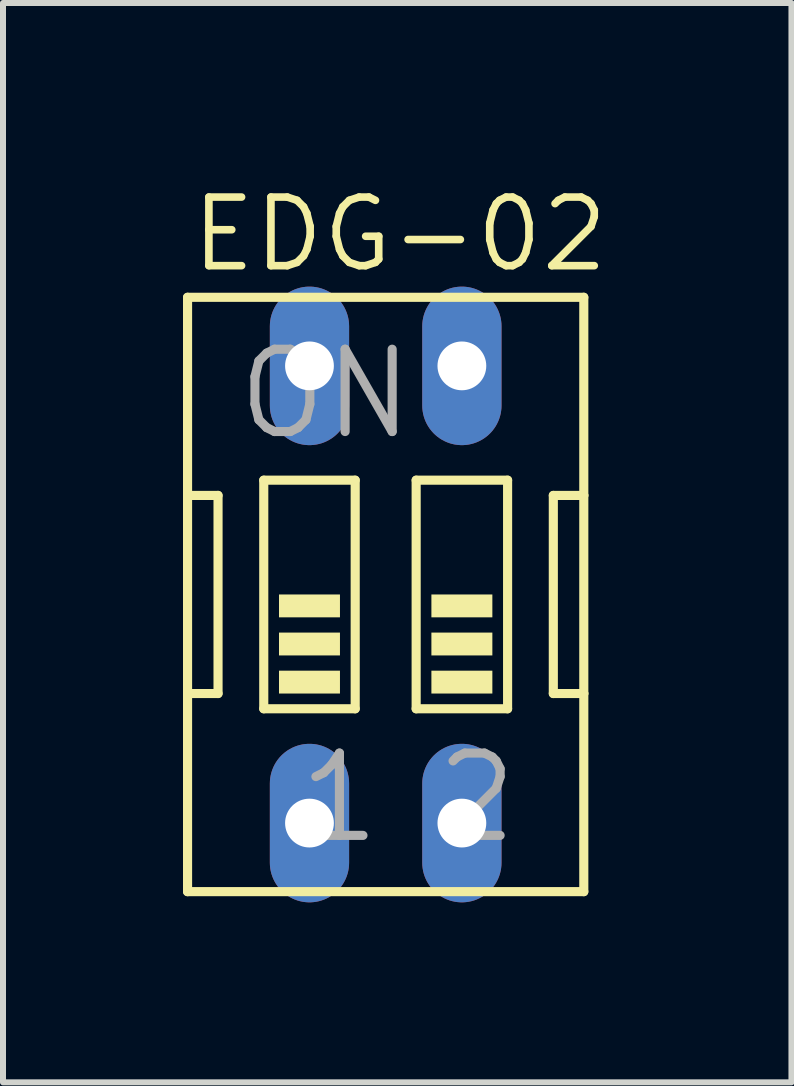
<source format=kicad_pcb>
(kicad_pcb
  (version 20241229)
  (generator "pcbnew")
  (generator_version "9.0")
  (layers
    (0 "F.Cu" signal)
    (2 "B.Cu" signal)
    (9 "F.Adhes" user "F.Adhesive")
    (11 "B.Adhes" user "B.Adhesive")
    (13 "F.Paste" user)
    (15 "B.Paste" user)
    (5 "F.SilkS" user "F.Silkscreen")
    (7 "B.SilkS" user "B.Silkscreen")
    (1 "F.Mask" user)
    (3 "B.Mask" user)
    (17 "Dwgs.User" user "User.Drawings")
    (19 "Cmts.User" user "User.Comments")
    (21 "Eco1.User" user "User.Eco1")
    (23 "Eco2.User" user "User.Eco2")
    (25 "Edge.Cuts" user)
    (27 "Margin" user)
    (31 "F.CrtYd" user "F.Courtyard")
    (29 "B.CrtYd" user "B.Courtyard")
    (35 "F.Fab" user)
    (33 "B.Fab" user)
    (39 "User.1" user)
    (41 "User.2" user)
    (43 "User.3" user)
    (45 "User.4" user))
  (footprint "EDG-02"
    (layer "F.Cu")
    (at 3.378 6.858)
    (property "Reference" "EDG-02" (at -3.302 -5.334 0) (layer "F.SilkS") (effects (font (size 1.143 1.143) (thickness 0.127)) (justify left bottom)))
    (fp_line (start -3.302 -4.953) (end -3.302 -1.651) (stroke (width 0.152) (type solid)) (layer "F.SilkS"))
    (fp_line (start -3.302 -1.651) (end -3.302 1.651) (stroke (width 0.152) (type solid)) (layer "F.SilkS"))
    (fp_line (start -3.302 1.651) (end -3.302 4.953) (stroke (width 0.152) (type solid)) (layer "F.SilkS"))
    (fp_line (start -3.302 1.651) (end -2.794 1.651) (stroke (width 0.152) (type solid)) (layer "F.SilkS"))
    (fp_line (start -3.302 4.953) (end 3.302 4.953) (stroke (width 0.152) (type solid)) (layer "F.SilkS"))
    (fp_line (start -2.794 -1.651) (end -3.302 -1.651) (stroke (width 0.152) (type solid)) (layer "F.SilkS"))
    (fp_line (start -2.794 1.651) (end -2.794 -1.651) (stroke (width 0.152) (type solid)) (layer "F.SilkS"))
    (fp_line (start -2.032 -1.905) (end -2.032 1.905) (stroke (width 0.152) (type solid)) (layer "F.SilkS"))
    (fp_line (start -2.032 -1.905) (end -0.508 -1.905) (stroke (width 0.152) (type solid)) (layer "F.SilkS"))
    (fp_line (start -0.508 1.905) (end -2.032 1.905) (stroke (width 0.152) (type solid)) (layer "F.SilkS"))
    (fp_line (start -0.508 1.905) (end -0.508 -1.905) (stroke (width 0.152) (type solid)) (layer "F.SilkS"))
    (fp_line (start 0.508 -1.905) (end 0.508 1.905) (stroke (width 0.152) (type solid)) (layer "F.SilkS"))
    (fp_line (start 0.508 -1.905) (end 2.032 -1.905) (stroke (width 0.152) (type solid)) (layer "F.SilkS"))
    (fp_line (start 2.032 1.905) (end 0.508 1.905) (stroke (width 0.152) (type solid)) (layer "F.SilkS"))
    (fp_line (start 2.032 1.905) (end 2.032 -1.905) (stroke (width 0.152) (type solid)) (layer "F.SilkS"))
    (fp_line (start 2.794 -1.651) (end 2.794 1.651) (stroke (width 0.152) (type solid)) (layer "F.SilkS"))
    (fp_line (start 2.794 1.651) (end 3.302 1.651) (stroke (width 0.152) (type solid)) (layer "F.SilkS"))
    (fp_line (start 3.302 -4.953) (end -3.302 -4.953) (stroke (width 0.152) (type solid)) (layer "F.SilkS"))
    (fp_line (start 3.302 -1.651) (end 2.794 -1.651) (stroke (width 0.152) (type solid)) (layer "F.SilkS"))
    (fp_line (start 3.302 -1.651) (end 3.302 -4.953) (stroke (width 0.152) (type solid)) (layer "F.SilkS"))
    (fp_line (start 3.302 1.651) (end 3.302 -1.651) (stroke (width 0.152) (type solid)) (layer "F.SilkS"))
    (fp_line (start 3.302 4.953) (end 3.302 1.651) (stroke (width 0.152) (type solid)) (layer "F.SilkS"))
    (fp_poly (pts (xy -1.778 0.381) (xy -0.762 0.381) (xy -0.762 0) (xy -1.778 0)) (stroke (width 0) (type default)) (fill yes) (layer "F.SilkS"))
    (fp_poly (pts (xy -1.778 1.016) (xy -0.762 1.016) (xy -0.762 0.635) (xy -1.778 0.635)) (stroke (width 0) (type default)) (fill yes) (layer "F.SilkS"))
    (fp_poly (pts (xy -1.778 1.651) (xy -0.762 1.651) (xy -0.762 1.27) (xy -1.778 1.27)) (stroke (width 0) (type default)) (fill yes) (layer "F.SilkS"))
    (fp_poly (pts (xy 0.762 0.381) (xy 1.778 0.381) (xy 1.778 0) (xy 0.762 0)) (stroke (width 0) (type default)) (fill yes) (layer "F.SilkS"))
    (fp_poly (pts (xy 0.762 1.016) (xy 1.778 1.016) (xy 1.778 0.635) (xy 0.762 0.635)) (stroke (width 0) (type default)) (fill yes) (layer "F.SilkS"))
    (fp_poly (pts (xy 0.762 1.651) (xy 1.778 1.651) (xy 1.778 1.27) (xy 0.762 1.27)) (stroke (width 0) (type default)) (fill yes) (layer "F.SilkS"))
    (fp_text user "ON" (at -2.54 -2.54 0) (layer "F.Fab") (effects (font (size 1.372 1.372) (thickness 0.152)) (justify left bottom)))
    (fp_text user "2" (at 0.762 4.191 0) (layer "F.Fab") (effects (font (size 1.372 1.372) (thickness 0.152)) (justify left bottom)))
    (fp_text user "1" (at -1.524 4.191 0) (layer "F.Fab") (effects (font (size 1.372 1.372) (thickness 0.152)) (justify left bottom)))
    (pad "1" thru_hole oval (at -1.27 3.81 90) (size 2.642 1.321) (drill 0.813) (layers "*.Cu" "*.Mask"))
    (pad "2" thru_hole oval (at 1.27 3.81 90) (size 2.642 1.321) (drill 0.813) (layers "*.Cu" "*.Mask"))
    (pad "3" thru_hole oval (at 1.27 -3.81 90) (size 2.642 1.321) (drill 0.813) (layers "*.Cu" "*.Mask"))
    (pad "4" thru_hole oval (at -1.27 -3.81 90) (size 2.642 1.321) (drill 0.813) (layers "*.Cu" "*.Mask")))
  (gr_rect
    (start -3 -3)
    (end 10.141 14.989)
    (stroke (width 0.1) (type default))
    (fill no)
    (layer "Edge.Cuts")))
</source>
